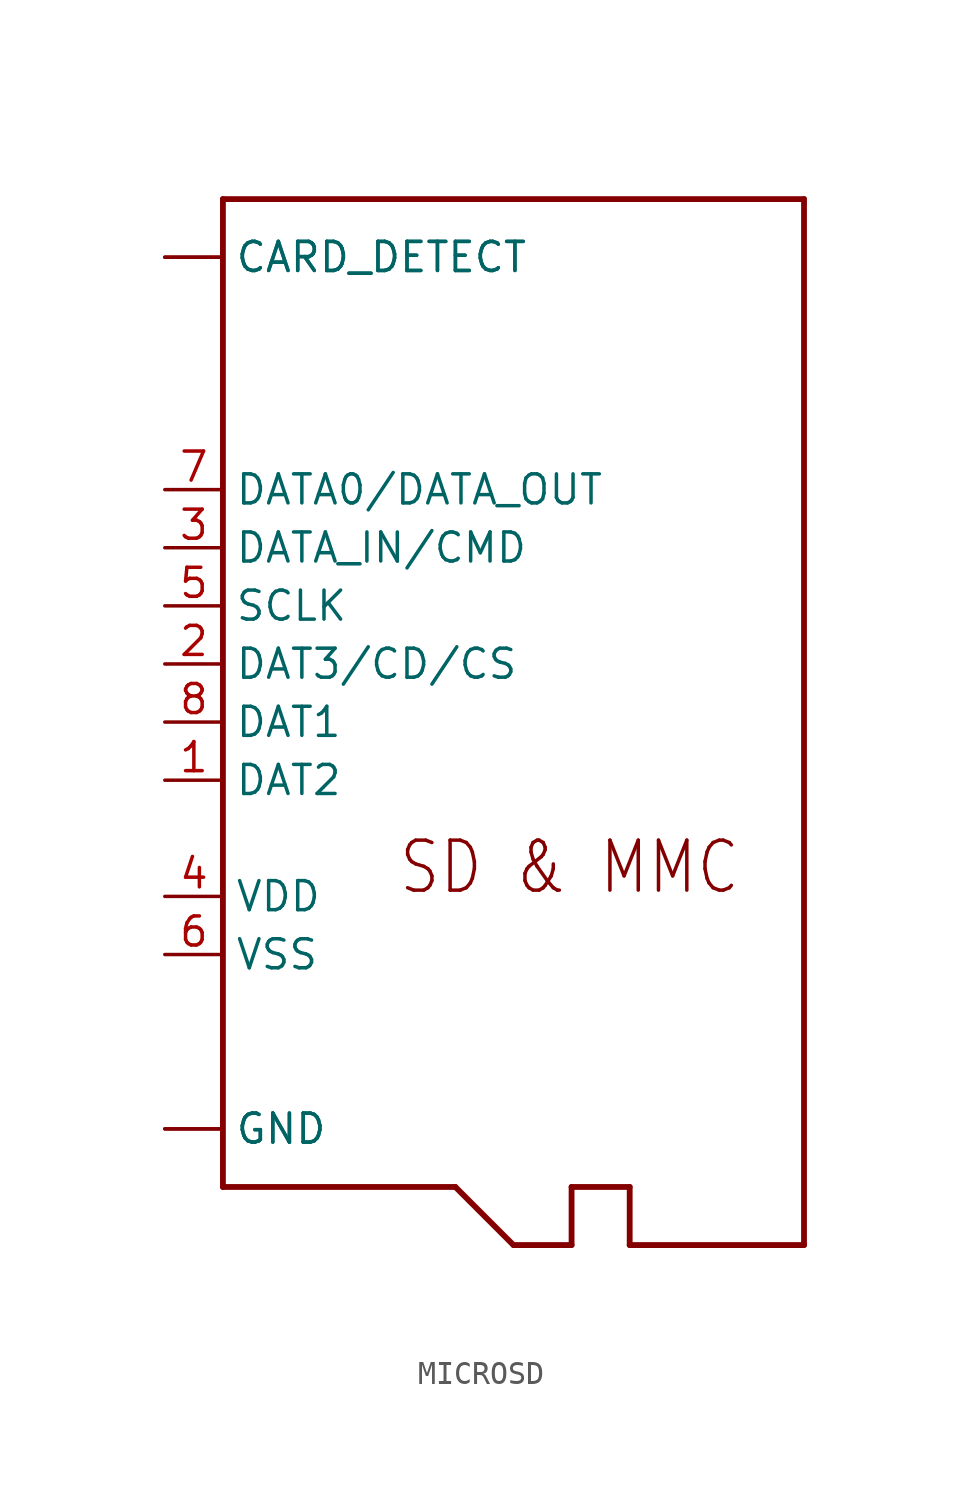
<source format=kicad_sym>
(kicad_symbol_lib
  (version 20231120)
  (generator "kicad_symbol_editor")
  (generator_version "8.0")
  (symbol "MICROSD"
    (property "Reference" ""
      (at 0 0 0)
      (effects (font (size 1.27 1.27)) (hide yes)))
    (property "ki_locked" ""
      (at 0 0 0)
      (effects (font (size 1.27 1.27))))
    (symbol "MICROSD_1_0"
      (polyline (pts (xy -15.24 -22.86) (xy -5.08 -22.86)) (stroke (width 0.254) (type solid)) (fill (type none)))
      (polyline (pts (xy -15.24 20.32) (xy -15.24 -22.86)) (stroke (width 0.254) (type solid)) (fill (type none)))
      (polyline (pts (xy -5.08 -22.86) (xy -2.54 -25.4)) (stroke (width 0.254) (type solid)) (fill (type none)))
      (polyline (pts (xy -2.54 -25.4) (xy 0 -25.4)) (stroke (width 0.254) (type solid)) (fill (type none)))
      (polyline (pts (xy 0 -25.4) (xy 0 -22.86)) (stroke (width 0.254) (type solid)) (fill (type none)))
      (polyline (pts (xy 0 -22.86) (xy 2.54 -22.86)) (stroke (width 0.254) (type solid)) (fill (type none)))
      (polyline (pts (xy 2.54 -25.4) (xy 10.16 -25.4)) (stroke (width 0.254) (type solid)) (fill (type none)))
      (polyline (pts (xy 2.54 -22.86) (xy 2.54 -25.4)) (stroke (width 0.254) (type solid)) (fill (type none)))
      (polyline (pts (xy 10.16 -25.4) (xy 10.16 20.32)) (stroke (width 0.254) (type solid)) (fill (type none)))
      (polyline (pts (xy 10.16 20.32) (xy -15.24 20.32)) (stroke (width 0.254) (type solid)) (fill (type none)))
      (text "SD & MMC" (at -7.62 -10.16 0) (effects (font (size 2.184 1.857)) (justify left bottom)))
      (pin bidirectional line (at -17.78 -5.08 0) (length 2.54) (name "DAT2" (effects (font (size 1.27 1.27)))) (number "1" (effects (font (size 1.27 1.27)))))
      (pin input line (at -17.78 0 0) (length 2.54) (name "DAT3/CD/CS" (effects (font (size 1.27 1.27)))) (number "2" (effects (font (size 1.27 1.27)))))
      (pin input line (at -17.78 5.08 0) (length 2.54) (name "DATA_IN/CMD" (effects (font (size 1.27 1.27)))) (number "3" (effects (font (size 1.27 1.27)))))
      (pin power_in line (at -17.78 -10.16 0) (length 2.54) (name "VDD" (effects (font (size 1.27 1.27)))) (number "4" (effects (font (size 1.27 1.27)))))
      (pin input line (at -17.78 2.54 0) (length 2.54) (name "SCLK" (effects (font (size 1.27 1.27)))) (number "5" (effects (font (size 1.27 1.27)))))
      (pin power_in line (at -17.78 -12.7 0) (length 2.54) (name "VSS" (effects (font (size 1.27 1.27)))) (number "6" (effects (font (size 1.27 1.27)))))
      (pin output line (at -17.78 7.62 0) (length 2.54) (name "DATA0/DATA_OUT" (effects (font (size 1.27 1.27)))) (number "7" (effects (font (size 1.27 1.27)))))
      (pin bidirectional line (at -17.78 -2.54 0) (length 2.54) (name "DAT1" (effects (font (size 1.27 1.27)))) (number "8" (effects (font (size 1.27 1.27)))))
      (pin passive line (at -17.78 17.78 0) (length 2.54) (name "CARD_DETECT" (effects (font (size 1.27 1.27)))) (number "CD1" (effects (font (size 0 0)))))
      (pin passive line (at -17.78 17.78 0) (length 2.54) (name "CARD_DETECT" (effects (font (size 1.27 1.27)))) (number "CD2" (effects (font (size 0 0)))))
      (pin power_in line (at -17.78 -20.32 0) (length 2.54) (name "GND" (effects (font (size 1.27 1.27)))) (number "MT1" (effects (font (size 0 0)))))
      (pin power_in line (at -17.78 -20.32 0) (length 2.54) (name "GND" (effects (font (size 1.27 1.27)))) (number "MT2" (effects (font (size 0 0))))))))
</source>
